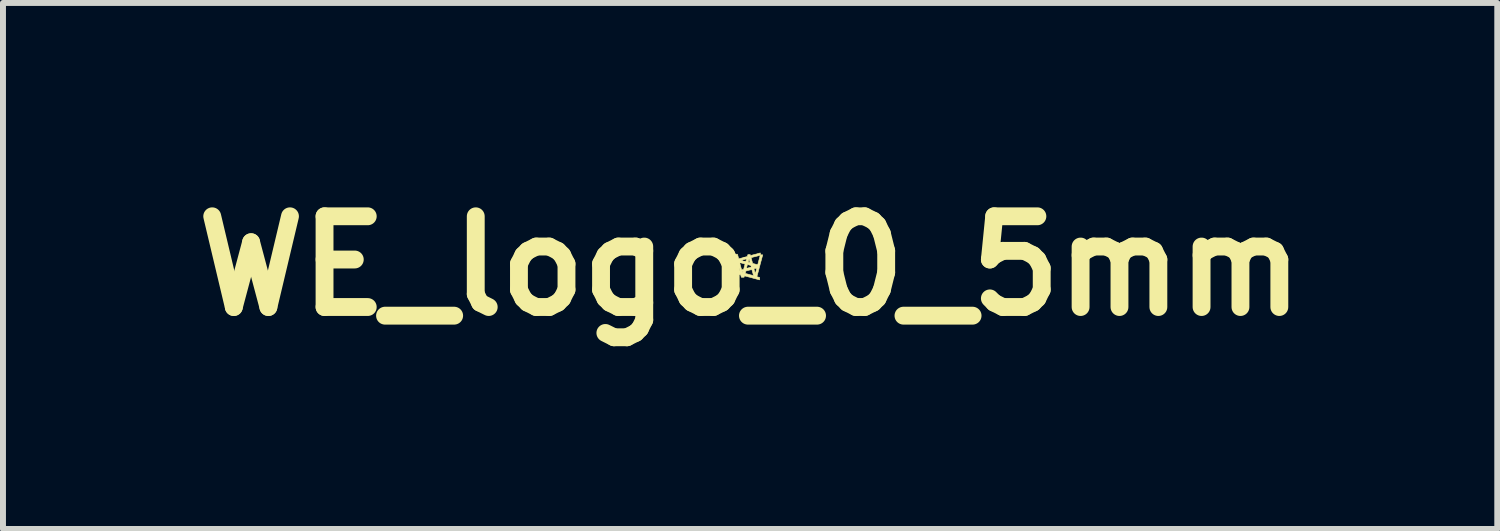
<source format=kicad_pcb>
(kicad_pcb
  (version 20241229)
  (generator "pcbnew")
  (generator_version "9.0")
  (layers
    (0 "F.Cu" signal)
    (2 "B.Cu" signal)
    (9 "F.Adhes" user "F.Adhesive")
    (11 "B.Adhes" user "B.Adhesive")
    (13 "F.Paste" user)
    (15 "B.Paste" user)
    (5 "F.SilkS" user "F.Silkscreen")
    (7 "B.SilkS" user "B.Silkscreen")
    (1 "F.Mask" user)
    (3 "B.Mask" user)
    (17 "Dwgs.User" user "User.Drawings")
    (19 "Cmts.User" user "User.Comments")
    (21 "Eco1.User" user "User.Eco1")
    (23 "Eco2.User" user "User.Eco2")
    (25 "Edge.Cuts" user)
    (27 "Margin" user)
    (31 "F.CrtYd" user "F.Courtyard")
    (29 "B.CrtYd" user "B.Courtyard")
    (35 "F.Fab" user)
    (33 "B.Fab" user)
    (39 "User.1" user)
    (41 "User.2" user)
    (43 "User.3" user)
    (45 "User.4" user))
  (footprint "WE_logo_0_5mm"
    (layer "F.Cu")
    (at 9.55 1.418)
    (property "Reference" "WE_logo_0_5mm" (at 0 0 0) (layer "F.SilkS") (effects (font (size 1.524 1.524) (thickness 0.3))))
    (attr through_hole)
    (fp_poly (pts (xy 0.172 -0.218) (xy 0.172 -0.215) (xy 0.172 -0.211) (xy 0.172 -0.206) (xy 0.173 -0.203) (xy 0.173 -0.187) (xy 0.212 -0.187) (xy 0.211 -0.184) (xy 0.211 -0.183) (xy 0.21 -0.18) (xy 0.209 -0.175) (xy 0.207 -0.168) (xy 0.205 -0.159) (xy 0.202 -0.15) (xy 0.199 -0.138) (xy 0.195 -0.125) (xy 0.192 -0.112) (xy 0.188 -0.097) (xy 0.183 -0.081) (xy 0.179 -0.064) (xy 0.174 -0.046) (xy 0.169 -0.028) (xy 0.164 -0.009) (xy 0.162 -0.002) (xy 0.157 0.017) (xy 0.152 0.036) (xy 0.148 0.053) (xy 0.143 0.07) (xy 0.139 0.087) (xy 0.135 0.102) (xy 0.131 0.116) (xy 0.127 0.129) (xy 0.124 0.141) (xy 0.122 0.151) (xy 0.119 0.16) (xy 0.117 0.168) (xy 0.116 0.173) (xy 0.115 0.177) (xy 0.114 0.179) (xy 0.114 0.179) (xy 0.115 0.18) (xy 0.118 0.181) (xy 0.123 0.183) (xy 0.13 0.185) (xy 0.132 0.185) (xy 0.138 0.187) (xy 0.144 0.188) (xy 0.149 0.19) (xy 0.153 0.191) (xy 0.155 0.191) (xy 0.16 0.193) (xy 0.16 0.213) (xy 0.16 0.22) (xy 0.16 0.225) (xy 0.16 0.229) (xy 0.159 0.231) (xy 0.159 0.232) (xy 0.159 0.233) (xy 0.158 0.233) (xy 0.157 0.232) (xy 0.154 0.232) (xy 0.149 0.23) (xy 0.142 0.229) (xy 0.134 0.226) (xy 0.124 0.224) (xy 0.113 0.221) (xy 0.101 0.218) (xy 0.088 0.214) (xy 0.075 0.211) (xy 0.06 0.207) (xy 0.045 0.203) (xy 0.033 0.199) (xy 0.017 0.195) (xy 0.002 0.191) (xy -0.013 0.187) (xy -0.026 0.184) (xy -0.039 0.18) (xy -0.051 0.177) (xy -0.061 0.174) (xy -0.071 0.172) (xy -0.079 0.17) (xy -0.085 0.168) (xy -0.089 0.167) (xy -0.092 0.166) (xy -0.093 0.166) (xy -0.094 0.166) (xy -0.095 0.166) (xy -0.096 0.168) (xy -0.097 0.171) (xy -0.097 0.174) (xy -0.099 0.178) (xy -0.1 0.182) (xy -0.101 0.186) (xy -0.101 0.186) (xy -0.102 0.189) (xy -0.124 0.189) (xy -0.131 0.189) (xy -0.137 0.189) (xy -0.142 0.189) (xy -0.145 0.189) (xy -0.147 0.189) (xy -0.147 0.189) (xy -0.147 0.188) (xy -0.148 0.185) (xy -0.149 0.18) (xy -0.151 0.175) (xy -0.152 0.17) (xy -0.154 0.164) (xy -0.155 0.159) (xy -0.157 0.155) (xy -0.158 0.151) (xy -0.158 0.15) (xy -0.158 0.149) (xy -0.16 0.149) (xy -0.163 0.148) (xy -0.167 0.147) (xy -0.173 0.145) (xy -0.179 0.143) (xy -0.186 0.141) (xy -0.194 0.139) (xy -0.201 0.137) (xy -0.207 0.136) (xy -0.213 0.134) (xy -0.217 0.133) (xy -0.219 0.133) (xy -0.224 0.131) (xy -0.224 0.123) (xy -0.081 0.123) (xy -0.08 0.124) (xy -0.078 0.125) (xy -0.073 0.127) (xy -0.066 0.129) (xy -0.059 0.131) (xy -0.04 0.136) (xy -0.024 0.14) (xy -0.009 0.144) (xy 0.004 0.148) (xy 0.015 0.151) (xy 0.025 0.153) (xy 0.033 0.155) (xy 0.04 0.157) (xy 0.046 0.159) (xy 0.05 0.16) (xy 0.053 0.161) (xy 0.055 0.161) (xy 0.057 0.161) (xy 0.057 0.161) (xy 0.057 0.16) (xy 0.056 0.157) (xy 0.055 0.153) (xy 0.053 0.147) (xy 0.051 0.14) (xy 0.049 0.131) (xy 0.047 0.122) (xy 0.044 0.112) (xy 0.044 0.112) (xy 0.041 0.102) (xy 0.039 0.092) (xy 0.036 0.084) (xy 0.034 0.076) (xy 0.033 0.07) (xy 0.031 0.065) (xy 0.03 0.062) (xy 0.03 0.06) (xy 0.03 0.06) (xy 0.029 0.06) (xy 0.029 0.06) (xy 0.027 0.06) (xy 0.025 0.06) (xy 0.021 0.061) (xy 0.017 0.062) (xy 0.011 0.064) (xy 0.003 0.066) (xy -0.006 0.068) (xy -0.017 0.071) (xy -0.021 0.072) (xy -0.031 0.075) (xy -0.04 0.077) (xy -0.048 0.079) (xy -0.056 0.081) (xy -0.062 0.083) (xy -0.067 0.084) (xy -0.07 0.085) (xy -0.071 0.086) (xy -0.071 0.086) (xy -0.072 0.087) (xy -0.073 0.09) (xy -0.074 0.094) (xy -0.075 0.099) (xy -0.077 0.104) (xy -0.078 0.11) (xy -0.079 0.115) (xy -0.081 0.119) (xy -0.081 0.122) (xy -0.081 0.123) (xy -0.224 0.123) (xy -0.224 0.109) (xy -0.224 0.1) (xy -0.131 0.1) (xy -0.131 0.101) (xy -0.131 0.104) (xy -0.13 0.107) (xy -0.13 0.108) (xy -0.128 0.112) (xy -0.127 0.114) (xy -0.126 0.116) (xy -0.124 0.116) (xy -0.124 0.116) (xy -0.123 0.115) (xy -0.122 0.113) (xy -0.121 0.109) (xy -0.12 0.107) (xy -0.119 0.102) (xy -0.118 0.099) (xy -0.118 0.097) (xy -0.118 0.097) (xy -0.119 0.097) (xy -0.121 0.097) (xy -0.125 0.098) (xy -0.128 0.099) (xy -0.13 0.1) (xy -0.131 0.1) (xy -0.224 0.1) (xy -0.224 0.087) (xy -0.2 0.081) (xy -0.193 0.079) (xy -0.187 0.077) (xy -0.182 0.076) (xy -0.178 0.075) (xy -0.176 0.074) (xy -0.175 0.074) (xy -0.175 0.073) (xy -0.176 0.07) (xy -0.177 0.065) (xy -0.179 0.059) (xy -0.181 0.051) (xy -0.184 0.041) (xy -0.186 0.03) (xy -0.19 0.018) (xy -0.193 0.005) (xy -0.197 -0.009) (xy -0.201 -0.024) (xy -0.205 -0.039) (xy -0.209 -0.055) (xy -0.21 -0.058) (xy -0.175 -0.058) (xy -0.175 -0.057) (xy -0.174 -0.054) (xy -0.173 -0.049) (xy -0.172 -0.043) (xy -0.17 -0.036) (xy -0.168 -0.027) (xy -0.165 -0.018) (xy -0.163 -0.008) (xy -0.161 -0.001) (xy -0.157 0.012) (xy -0.154 0.023) (xy -0.152 0.033) (xy -0.149 0.041) (xy -0.148 0.048) (xy -0.146 0.053) (xy -0.145 0.057) (xy -0.144 0.06) (xy -0.143 0.063) (xy -0.143 0.064) (xy -0.143 0.065) (xy -0.142 0.065) (xy -0.142 0.066) (xy -0.142 0.066) (xy -0.142 0.066) (xy -0.141 0.065) (xy -0.138 0.065) (xy -0.133 0.064) (xy -0.128 0.062) (xy -0.125 0.061) (xy -0.12 0.06) (xy -0.115 0.059) (xy -0.111 0.057) (xy -0.109 0.057) (xy -0.109 0.056) (xy -0.109 0.055) (xy -0.108 0.052) (xy -0.106 0.048) (xy -0.106 0.047) (xy 0.065 0.047) (xy 0.065 0.048) (xy 0.066 0.051) (xy 0.067 0.055) (xy 0.068 0.061) (xy 0.07 0.067) (xy 0.072 0.075) (xy 0.074 0.083) (xy 0.076 0.091) (xy 0.078 0.098) (xy 0.08 0.106) (xy 0.082 0.113) (xy 0.084 0.119) (xy 0.085 0.124) (xy 0.086 0.128) (xy 0.086 0.13) (xy 0.087 0.13) (xy 0.087 0.131) (xy 0.087 0.131) (xy 0.087 0.131) (xy 0.087 0.13) (xy 0.088 0.129) (xy 0.088 0.127) (xy 0.089 0.124) (xy 0.091 0.119) (xy 0.092 0.113) (xy 0.094 0.106) (xy 0.097 0.097) (xy 0.099 0.086) (xy 0.1 0.083) (xy 0.103 0.073) (xy 0.105 0.064) (xy 0.108 0.056) (xy 0.109 0.049) (xy 0.111 0.043) (xy 0.112 0.039) (xy 0.113 0.036) (xy 0.113 0.035) (xy 0.112 0.035) (xy 0.109 0.036) (xy 0.105 0.037) (xy 0.1 0.038) (xy 0.094 0.039) (xy 0.088 0.041) (xy 0.082 0.042) (xy 0.076 0.044) (xy 0.071 0.045) (xy 0.068 0.046) (xy 0.065 0.047) (xy 0.065 0.047) (xy -0.106 0.047) (xy -0.105 0.042) (xy -0.104 0.039) (xy -0.062 0.039) (xy -0.062 0.04) (xy -0.061 0.04) (xy -0.06 0.04) (xy -0.057 0.039) (xy -0.052 0.038) (xy -0.046 0.036) (xy -0.039 0.035) (xy -0.031 0.032) (xy -0.022 0.03) (xy -0.02 0.03) (xy -0.011 0.027) (xy -0.003 0.025) (xy 0.004 0.023) (xy 0.01 0.021) (xy 0.015 0.02) (xy 0.019 0.019) (xy 0.02 0.018) (xy 0.02 0.018) (xy 0.02 0.017) (xy 0.02 0.014) (xy 0.019 0.01) (xy 0.018 0.007) (xy 0.054 0.007) (xy 0.054 0.011) (xy 0.062 0.009) (xy 0.066 0.008) (xy 0.069 0.007) (xy 0.071 0.007) (xy 0.071 0.007) (xy 0.07 0.007) (xy 0.068 0.006) (xy 0.065 0.005) (xy 0.061 0.005) (xy 0.058 0.004) (xy 0.056 0.004) (xy 0.055 0.004) (xy 0.054 0.004) (xy 0.054 0.007) (xy 0.054 0.007) (xy 0.018 0.007) (xy 0.018 0.006) (xy 0.017 0.001) (xy 0.015 -0.003) (xy 0.014 -0.006) (xy 0.013 -0.008) (xy 0.013 -0.009) (xy 0.011 -0.009) (xy 0.008 -0.01) (xy 0.003 -0.012) (xy -0.002 -0.013) (xy -0.008 -0.015) (xy -0.015 -0.017) (xy -0.022 -0.019) (xy -0.028 -0.02) (xy -0.034 -0.022) (xy -0.039 -0.023) (xy -0.042 -0.024) (xy -0.044 -0.024) (xy -0.045 -0.024) (xy -0.045 -0.023) (xy -0.046 -0.02) (xy -0.047 -0.016) (xy -0.049 -0.01) (xy -0.051 -0.003) (xy -0.053 0.004) (xy -0.053 0.007) (xy -0.056 0.015) (xy -0.057 0.022) (xy -0.059 0.028) (xy -0.061 0.033) (xy -0.062 0.037) (xy -0.062 0.039) (xy -0.062 0.039) (xy -0.104 0.039) (xy -0.103 0.036) (xy -0.101 0.028) (xy -0.099 0.02) (xy -0.097 0.012) (xy -0.094 0.004) (xy -0.092 -0.004) (xy -0.09 -0.012) (xy -0.088 -0.018) (xy -0.087 -0.024) (xy -0.086 -0.028) (xy -0.085 -0.031) (xy -0.085 -0.032) (xy -0.085 -0.032) (xy -0.086 -0.033) (xy -0.089 -0.034) (xy -0.093 -0.035) (xy -0.099 -0.037) (xy -0.106 -0.039) (xy -0.113 -0.041) (xy -0.121 -0.043) (xy -0.13 -0.045) (xy -0.138 -0.048) (xy -0.146 -0.05) (xy -0.154 -0.052) (xy -0.16 -0.054) (xy -0.166 -0.055) (xy -0.171 -0.057) (xy -0.174 -0.058) (xy -0.175 -0.058) (xy -0.175 -0.058) (xy -0.21 -0.058) (xy -0.21 -0.059) (xy -0.211 -0.064) (xy -0.031 -0.064) (xy -0.03 -0.063) (xy -0.027 -0.062) (xy -0.024 -0.061) (xy -0.019 -0.06) (xy -0.014 -0.059) (xy -0.009 -0.057) (xy -0.005 -0.056) (xy -0.002 -0.055) (xy -0.001 -0.055) (xy -0.001 -0.055) (xy -0.000118 -0.056) (xy -0.000224 -0.057) (xy -0.003 -0.067) (xy -0.005 -0.076) (xy -0.008 -0.086) (xy -0.01 -0.094) (xy -0.012 -0.102) (xy -0.014 -0.108) (xy -0.015 -0.113) (xy -0.016 -0.117) (xy -0.017 -0.119) (xy -0.017 -0.119) (xy -0.017 -0.118) (xy -0.018 -0.115) (xy -0.019 -0.111) (xy -0.021 -0.106) (xy -0.022 -0.1) (xy -0.024 -0.093) (xy -0.026 -0.087) (xy -0.027 -0.08) (xy -0.029 -0.075) (xy -0.03 -0.07) (xy -0.031 -0.066) (xy -0.031 -0.064) (xy -0.031 -0.064) (xy -0.211 -0.064) (xy -0.215 -0.075) (xy -0.219 -0.091) (xy -0.22 -0.094) (xy -0.152 -0.094) (xy -0.151 -0.094) (xy -0.148 -0.093) (xy -0.144 -0.092) (xy -0.138 -0.09) (xy -0.132 -0.088) (xy -0.125 -0.086) (xy -0.117 -0.084) (xy -0.109 -0.081) (xy -0.102 -0.079) (xy -0.094 -0.077) (xy -0.088 -0.075) (xy -0.082 -0.073) (xy -0.078 -0.072) (xy -0.075 -0.071) (xy -0.074 -0.071) (xy -0.073 -0.072) (xy -0.072 -0.075) (xy -0.071 -0.079) (xy -0.069 -0.084) (xy -0.067 -0.091) (xy -0.066 -0.095) (xy -0.064 -0.102) (xy -0.063 -0.108) (xy -0.061 -0.113) (xy -0.06 -0.117) (xy -0.06 -0.119) (xy -0.06 -0.119) (xy -0.061 -0.119) (xy -0.064 -0.118) (xy -0.068 -0.117) (xy -0.074 -0.116) (xy -0.081 -0.114) (xy -0.089 -0.112) (xy -0.098 -0.109) (xy -0.106 -0.107) (xy -0.116 -0.105) (xy -0.124 -0.102) (xy -0.132 -0.1) (xy -0.139 -0.098) (xy -0.145 -0.097) (xy -0.149 -0.095) (xy -0.151 -0.095) (xy -0.152 -0.094) (xy -0.22 -0.094) (xy -0.223 -0.106) (xy -0.227 -0.12) (xy -0.23 -0.134) (xy -0.234 -0.146) (xy -0.237 -0.157) (xy -0.239 -0.167) (xy -0.242 -0.176) (xy -0.243 -0.183) (xy -0.245 -0.188) (xy -0.246 -0.192) (xy -0.246 -0.194) (xy -0.246 -0.194) (xy -0.247 -0.197) (xy -0.23 -0.197) (xy -0.224 -0.197) (xy -0.219 -0.197) (xy -0.215 -0.197) (xy -0.213 -0.197) (xy -0.212 -0.197) (xy -0.212 -0.196) (xy -0.211 -0.193) (xy -0.21 -0.188) (xy -0.208 -0.182) (xy -0.206 -0.175) (xy -0.204 -0.167) (xy -0.202 -0.159) (xy -0.202 -0.159) (xy -0.199 -0.15) (xy -0.197 -0.142) (xy -0.195 -0.135) (xy -0.194 -0.13) (xy -0.192 -0.125) (xy -0.192 -0.122) (xy -0.191 -0.121) (xy -0.191 -0.121) (xy -0.19 -0.121) (xy -0.187 -0.122) (xy -0.183 -0.123) (xy -0.177 -0.124) (xy -0.169 -0.126) (xy -0.161 -0.128) (xy -0.152 -0.131) (xy -0.142 -0.133) (xy -0.132 -0.136) (xy -0.122 -0.139) (xy 0.017 -0.139) (xy 0.017 -0.137) (xy 0.018 -0.134) (xy 0.019 -0.13) (xy 0.021 -0.124) (xy 0.022 -0.117) (xy 0.025 -0.109) (xy 0.027 -0.101) (xy 0.029 -0.092) (xy 0.031 -0.084) (xy 0.034 -0.075) (xy 0.036 -0.067) (xy 0.038 -0.06) (xy 0.039 -0.054) (xy 0.041 -0.049) (xy 0.042 -0.046) (xy 0.042 -0.045) (xy 0.042 -0.045) (xy 0.043 -0.044) (xy 0.046 -0.043) (xy 0.051 -0.041) (xy 0.058 -0.039) (xy 0.065 -0.037) (xy 0.074 -0.035) (xy 0.084 -0.032) (xy 0.085 -0.032) (xy 0.094 -0.029) (xy 0.103 -0.027) (xy 0.11 -0.025) (xy 0.117 -0.023) (xy 0.122 -0.022) (xy 0.126 -0.021) (xy 0.127 -0.021) (xy 0.128 -0.021) (xy 0.128 -0.022) (xy 0.129 -0.024) (xy 0.13 -0.029) (xy 0.132 -0.035) (xy 0.134 -0.043) (xy 0.136 -0.052) (xy 0.139 -0.062) (xy 0.142 -0.073) (xy 0.145 -0.085) (xy 0.148 -0.097) (xy 0.149 -0.1) (xy 0.153 -0.112) (xy 0.156 -0.124) (xy 0.159 -0.136) (xy 0.161 -0.146) (xy 0.164 -0.155) (xy 0.166 -0.163) (xy 0.168 -0.17) (xy 0.169 -0.175) (xy 0.17 -0.178) (xy 0.17 -0.179) (xy 0.17 -0.18) (xy 0.169 -0.179) (xy 0.166 -0.179) (xy 0.161 -0.178) (xy 0.155 -0.176) (xy 0.147 -0.174) (xy 0.139 -0.172) (xy 0.129 -0.169) (xy 0.118 -0.166) (xy 0.106 -0.163) (xy 0.094 -0.16) (xy 0.093 -0.16) (xy 0.078 -0.156) (xy 0.065 -0.153) (xy 0.053 -0.15) (xy 0.044 -0.147) (xy 0.036 -0.145) (xy 0.029 -0.143) (xy 0.024 -0.142) (xy 0.021 -0.141) (xy 0.018 -0.14) (xy 0.017 -0.139) (xy 0.017 -0.139) (xy -0.122 -0.139) (xy -0.122 -0.139) (xy -0.111 -0.142) (xy -0.101 -0.144) (xy -0.091 -0.147) (xy -0.082 -0.15) (xy -0.073 -0.152) (xy -0.065 -0.154) (xy -0.059 -0.156) (xy -0.054 -0.157) (xy -0.05 -0.158) (xy -0.048 -0.159) (xy -0.048 -0.159) (xy -0.047 -0.159) (xy -0.046 -0.161) (xy -0.045 -0.164) (xy -0.044 -0.168) (xy -0.042 -0.174) (xy -0.042 -0.175) (xy -0.037 -0.191) (xy 0.002 -0.191) (xy 0.004 -0.183) (xy 0.005 -0.179) (xy 0.006 -0.177) (xy 0.007 -0.176) (xy 0.008 -0.176) (xy 0.008 -0.176) (xy 0.009 -0.176) (xy 0.013 -0.177) (xy 0.018 -0.178) (xy 0.024 -0.18) (xy 0.031 -0.182) (xy 0.039 -0.184) (xy 0.048 -0.186) (xy 0.051 -0.187) (xy 0.071 -0.192) (xy 0.089 -0.197) (xy 0.106 -0.201) (xy 0.12 -0.205) (xy 0.132 -0.209) (xy 0.143 -0.212) (xy 0.152 -0.214) (xy 0.159 -0.216) (xy 0.165 -0.217) (xy 0.169 -0.218) (xy 0.171 -0.219) (xy 0.172 -0.219) (xy 0.172 -0.218)) (stroke (width 0.01) (type solid)) (fill yes) (layer "F.SilkS")))
  (gr_rect
    (start -3 -3)
    (end 22.101 5.836)
    (stroke (width 0.1) (type default))
    (fill no)
    (layer "Edge.Cuts")))
</source>
